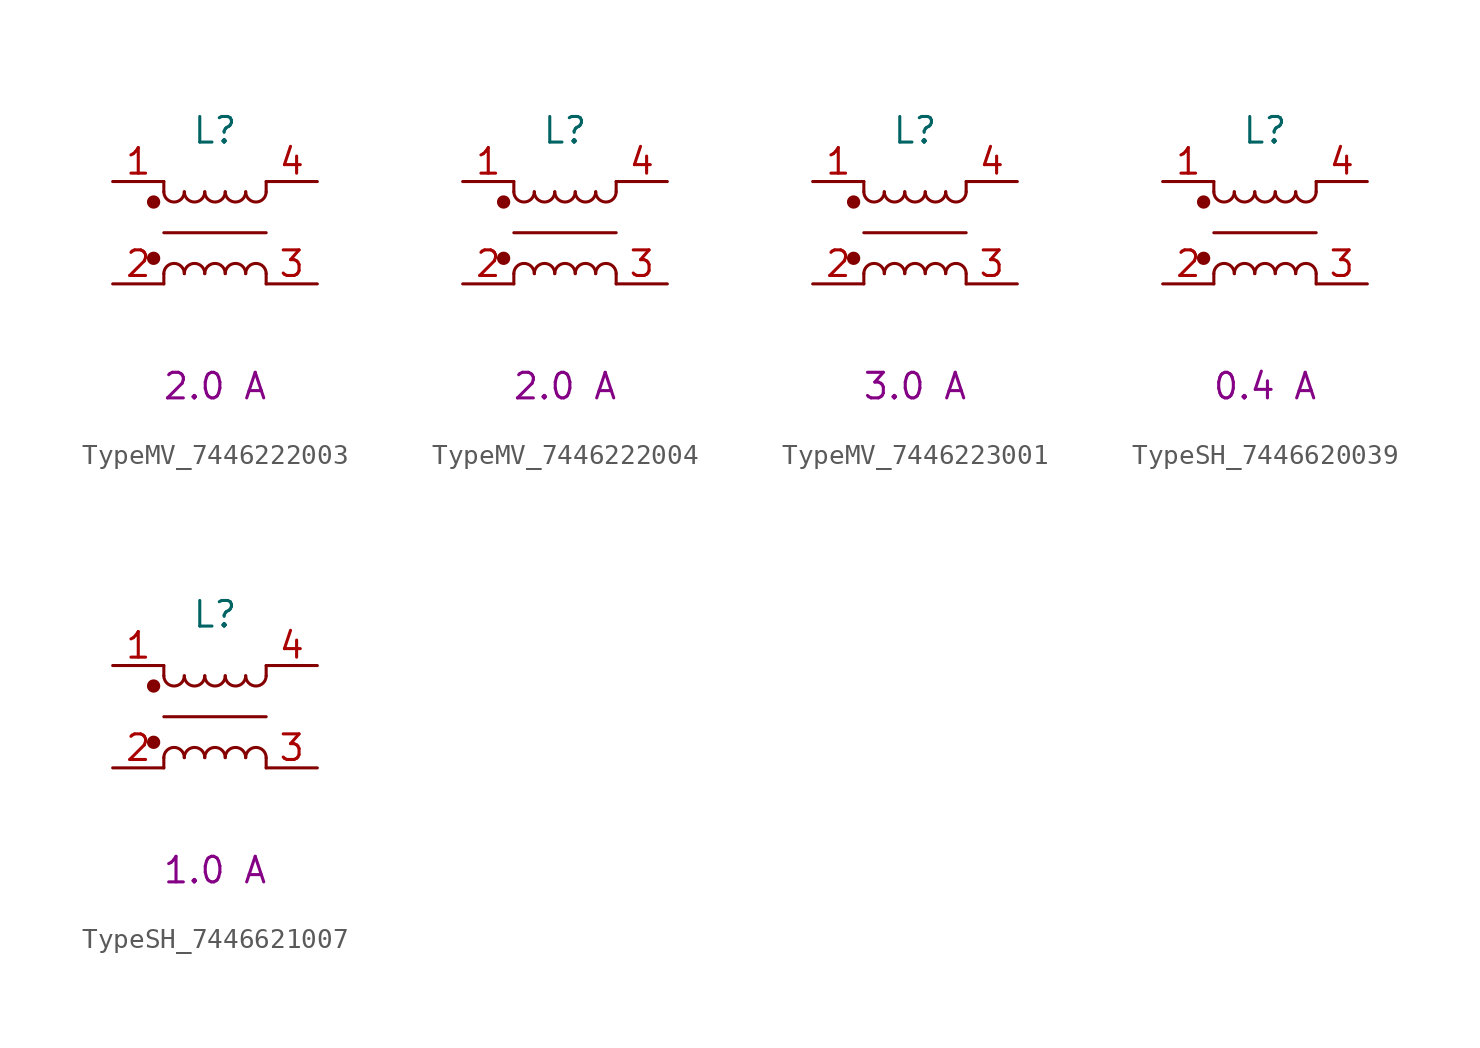
<source format=kicad_sym>
(kicad_symbol_lib
  (version 20220914)
  (generator kicad_symbol_editor)
  (symbol "TypeMV_7446222003"
    (pin_names hide)
    (property "Reference" "L"
      (at 0 5.08 0)
      (effects (font (size 1.27 1.27))))
    (property "Critical Parameter" "2.0 A"
      (at 0 -7.62 0)
      (effects (font (size 1.27 1.27))))
    (symbol "TypeMV_7446222003_0_1"
      (circle (center -3.048 -1.27) (radius 0.254) (stroke (width 0) (type default)) (fill (type outline)))
      (circle (center -3.048 1.524) (radius 0.254) (stroke (width 0) (type default)) (fill (type outline)))
      (arc (start -2.54 2.032) (mid -2.032 1.5262) (end -1.524 2.032) (stroke (width 0) (type default)) (fill (type none)))
      (arc (start -1.524 -2.032) (mid -2.032 -1.5262) (end -2.54 -2.032) (stroke (width 0) (type default)) (fill (type none)))
      (arc (start -1.524 2.032) (mid -1.016 1.5262) (end -0.508 2.032) (stroke (width 0) (type default)) (fill (type none)))
      (arc (start -0.508 -2.032) (mid -1.016 -1.5262) (end -1.524 -2.032) (stroke (width 0) (type default)) (fill (type none)))
      (arc (start -0.508 2.032) (mid 0 1.5262) (end 0.508 2.032) (stroke (width 0) (type default)) (fill (type none)))
      (polyline (pts (xy -2.54 -2.032) (xy -2.54 -2.54)) (stroke (width 0) (type default)) (fill (type none)))
      (polyline (pts (xy -2.54 2.032) (xy -2.54 2.54)) (stroke (width 0) (type default)) (fill (type none)))
      (polyline (pts (xy 2.54 -2.032) (xy 2.54 -2.54)) (stroke (width 0) (type default)) (fill (type none)))
      (polyline (pts (xy 2.54 0) (xy -2.54 0)) (stroke (width 0) (type default)) (fill (type none)))
      (polyline (pts (xy 2.54 2.54) (xy 2.54 2.032)) (stroke (width 0) (type default)) (fill (type none)))
      (arc (start 0.508 -2.032) (mid 0 -1.5262) (end -0.508 -2.032) (stroke (width 0) (type default)) (fill (type none)))
      (arc (start 0.508 2.032) (mid 1.016 1.5262) (end 1.524 2.032) (stroke (width 0) (type default)) (fill (type none)))
      (arc (start 1.524 -2.032) (mid 1.016 -1.5262) (end 0.508 -2.032) (stroke (width 0) (type default)) (fill (type none)))
      (arc (start 1.524 2.032) (mid 2.032 1.5262) (end 2.54 2.032) (stroke (width 0) (type default)) (fill (type none)))
      (arc (start 2.54 -2.032) (mid 2.032 -1.5262) (end 1.524 -2.032) (stroke (width 0) (type default)) (fill (type none))))
    (symbol "TypeMV_7446222003_1_1"
      (pin passive line (at -5.08 2.54 0) (length 2.54) (name "1" (effects (font (size 1.27 1.27)))) (number "1" (effects (font (size 1.27 1.27)))))
      (pin passive line (at -5.08 -2.54 0) (length 2.54) (name "2" (effects (font (size 1.27 1.27)))) (number "2" (effects (font (size 1.27 1.27)))))
      (pin passive line (at 5.08 -2.54 180) (length 2.54) (name "3" (effects (font (size 1.27 1.27)))) (number "3" (effects (font (size 1.27 1.27)))))
      (pin passive line (at 5.08 2.54 180) (length 2.54) (name "4" (effects (font (size 1.27 1.27)))) (number "4" (effects (font (size 1.27 1.27)))))))
  (symbol "TypeMV_7446222004"
    (pin_names hide)
    (property "Reference" "L"
      (at 0 5.08 0)
      (effects (font (size 1.27 1.27))))
    (property "Critical Parameter" "2.0 A"
      (at 0 -7.62 0)
      (effects (font (size 1.27 1.27))))
    (symbol "TypeMV_7446222004_0_1"
      (circle (center -3.048 -1.27) (radius 0.254) (stroke (width 0) (type default)) (fill (type outline)))
      (circle (center -3.048 1.524) (radius 0.254) (stroke (width 0) (type default)) (fill (type outline)))
      (arc (start -2.54 2.032) (mid -2.032 1.5262) (end -1.524 2.032) (stroke (width 0) (type default)) (fill (type none)))
      (arc (start -1.524 -2.032) (mid -2.032 -1.5262) (end -2.54 -2.032) (stroke (width 0) (type default)) (fill (type none)))
      (arc (start -1.524 2.032) (mid -1.016 1.5262) (end -0.508 2.032) (stroke (width 0) (type default)) (fill (type none)))
      (arc (start -0.508 -2.032) (mid -1.016 -1.5262) (end -1.524 -2.032) (stroke (width 0) (type default)) (fill (type none)))
      (arc (start -0.508 2.032) (mid 0 1.5262) (end 0.508 2.032) (stroke (width 0) (type default)) (fill (type none)))
      (polyline (pts (xy -2.54 -2.032) (xy -2.54 -2.54)) (stroke (width 0) (type default)) (fill (type none)))
      (polyline (pts (xy -2.54 2.032) (xy -2.54 2.54)) (stroke (width 0) (type default)) (fill (type none)))
      (polyline (pts (xy 2.54 -2.032) (xy 2.54 -2.54)) (stroke (width 0) (type default)) (fill (type none)))
      (polyline (pts (xy 2.54 0) (xy -2.54 0)) (stroke (width 0) (type default)) (fill (type none)))
      (polyline (pts (xy 2.54 2.54) (xy 2.54 2.032)) (stroke (width 0) (type default)) (fill (type none)))
      (arc (start 0.508 -2.032) (mid 0 -1.5262) (end -0.508 -2.032) (stroke (width 0) (type default)) (fill (type none)))
      (arc (start 0.508 2.032) (mid 1.016 1.5262) (end 1.524 2.032) (stroke (width 0) (type default)) (fill (type none)))
      (arc (start 1.524 -2.032) (mid 1.016 -1.5262) (end 0.508 -2.032) (stroke (width 0) (type default)) (fill (type none)))
      (arc (start 1.524 2.032) (mid 2.032 1.5262) (end 2.54 2.032) (stroke (width 0) (type default)) (fill (type none)))
      (arc (start 2.54 -2.032) (mid 2.032 -1.5262) (end 1.524 -2.032) (stroke (width 0) (type default)) (fill (type none))))
    (symbol "TypeMV_7446222004_1_1"
      (pin passive line (at -5.08 2.54 0) (length 2.54) (name "1" (effects (font (size 1.27 1.27)))) (number "1" (effects (font (size 1.27 1.27)))))
      (pin passive line (at -5.08 -2.54 0) (length 2.54) (name "2" (effects (font (size 1.27 1.27)))) (number "2" (effects (font (size 1.27 1.27)))))
      (pin passive line (at 5.08 -2.54 180) (length 2.54) (name "3" (effects (font (size 1.27 1.27)))) (number "3" (effects (font (size 1.27 1.27)))))
      (pin passive line (at 5.08 2.54 180) (length 2.54) (name "4" (effects (font (size 1.27 1.27)))) (number "4" (effects (font (size 1.27 1.27)))))))
  (symbol "TypeMV_7446223001"
    (pin_names hide)
    (property "Reference" "L"
      (at 0 5.08 0)
      (effects (font (size 1.27 1.27))))
    (property "Critical Parameter" "3.0 A"
      (at 0 -7.62 0)
      (effects (font (size 1.27 1.27))))
    (symbol "TypeMV_7446223001_0_1"
      (circle (center -3.048 -1.27) (radius 0.254) (stroke (width 0) (type default)) (fill (type outline)))
      (circle (center -3.048 1.524) (radius 0.254) (stroke (width 0) (type default)) (fill (type outline)))
      (arc (start -2.54 2.032) (mid -2.032 1.5262) (end -1.524 2.032) (stroke (width 0) (type default)) (fill (type none)))
      (arc (start -1.524 -2.032) (mid -2.032 -1.5262) (end -2.54 -2.032) (stroke (width 0) (type default)) (fill (type none)))
      (arc (start -1.524 2.032) (mid -1.016 1.5262) (end -0.508 2.032) (stroke (width 0) (type default)) (fill (type none)))
      (arc (start -0.508 -2.032) (mid -1.016 -1.5262) (end -1.524 -2.032) (stroke (width 0) (type default)) (fill (type none)))
      (arc (start -0.508 2.032) (mid 0 1.5262) (end 0.508 2.032) (stroke (width 0) (type default)) (fill (type none)))
      (polyline (pts (xy -2.54 -2.032) (xy -2.54 -2.54)) (stroke (width 0) (type default)) (fill (type none)))
      (polyline (pts (xy -2.54 2.032) (xy -2.54 2.54)) (stroke (width 0) (type default)) (fill (type none)))
      (polyline (pts (xy 2.54 -2.032) (xy 2.54 -2.54)) (stroke (width 0) (type default)) (fill (type none)))
      (polyline (pts (xy 2.54 0) (xy -2.54 0)) (stroke (width 0) (type default)) (fill (type none)))
      (polyline (pts (xy 2.54 2.54) (xy 2.54 2.032)) (stroke (width 0) (type default)) (fill (type none)))
      (arc (start 0.508 -2.032) (mid 0 -1.5262) (end -0.508 -2.032) (stroke (width 0) (type default)) (fill (type none)))
      (arc (start 0.508 2.032) (mid 1.016 1.5262) (end 1.524 2.032) (stroke (width 0) (type default)) (fill (type none)))
      (arc (start 1.524 -2.032) (mid 1.016 -1.5262) (end 0.508 -2.032) (stroke (width 0) (type default)) (fill (type none)))
      (arc (start 1.524 2.032) (mid 2.032 1.5262) (end 2.54 2.032) (stroke (width 0) (type default)) (fill (type none)))
      (arc (start 2.54 -2.032) (mid 2.032 -1.5262) (end 1.524 -2.032) (stroke (width 0) (type default)) (fill (type none))))
    (symbol "TypeMV_7446223001_1_1"
      (pin passive line (at -5.08 2.54 0) (length 2.54) (name "1" (effects (font (size 1.27 1.27)))) (number "1" (effects (font (size 1.27 1.27)))))
      (pin passive line (at -5.08 -2.54 0) (length 2.54) (name "2" (effects (font (size 1.27 1.27)))) (number "2" (effects (font (size 1.27 1.27)))))
      (pin passive line (at 5.08 -2.54 180) (length 2.54) (name "3" (effects (font (size 1.27 1.27)))) (number "3" (effects (font (size 1.27 1.27)))))
      (pin passive line (at 5.08 2.54 180) (length 2.54) (name "4" (effects (font (size 1.27 1.27)))) (number "4" (effects (font (size 1.27 1.27)))))))
  (symbol "TypeSH_7446620039"
    (pin_names hide)
    (property "Reference" "L"
      (at 0 5.08 0)
      (effects (font (size 1.27 1.27))))
    (property "Critical Parameter" "0.4 A"
      (at 0 -7.62 0)
      (effects (font (size 1.27 1.27))))
    (symbol "TypeSH_7446620039_0_1"
      (circle (center -3.048 -1.27) (radius 0.254) (stroke (width 0) (type default)) (fill (type outline)))
      (circle (center -3.048 1.524) (radius 0.254) (stroke (width 0) (type default)) (fill (type outline)))
      (arc (start -2.54 2.032) (mid -2.032 1.5262) (end -1.524 2.032) (stroke (width 0) (type default)) (fill (type none)))
      (arc (start -1.524 -2.032) (mid -2.032 -1.5262) (end -2.54 -2.032) (stroke (width 0) (type default)) (fill (type none)))
      (arc (start -1.524 2.032) (mid -1.016 1.5262) (end -0.508 2.032) (stroke (width 0) (type default)) (fill (type none)))
      (arc (start -0.508 -2.032) (mid -1.016 -1.5262) (end -1.524 -2.032) (stroke (width 0) (type default)) (fill (type none)))
      (arc (start -0.508 2.032) (mid 0 1.5262) (end 0.508 2.032) (stroke (width 0) (type default)) (fill (type none)))
      (polyline (pts (xy -2.54 -2.032) (xy -2.54 -2.54)) (stroke (width 0) (type default)) (fill (type none)))
      (polyline (pts (xy -2.54 2.032) (xy -2.54 2.54)) (stroke (width 0) (type default)) (fill (type none)))
      (polyline (pts (xy 2.54 -2.032) (xy 2.54 -2.54)) (stroke (width 0) (type default)) (fill (type none)))
      (polyline (pts (xy 2.54 0) (xy -2.54 0)) (stroke (width 0) (type default)) (fill (type none)))
      (polyline (pts (xy 2.54 2.54) (xy 2.54 2.032)) (stroke (width 0) (type default)) (fill (type none)))
      (arc (start 0.508 -2.032) (mid 0 -1.5262) (end -0.508 -2.032) (stroke (width 0) (type default)) (fill (type none)))
      (arc (start 0.508 2.032) (mid 1.016 1.5262) (end 1.524 2.032) (stroke (width 0) (type default)) (fill (type none)))
      (arc (start 1.524 -2.032) (mid 1.016 -1.5262) (end 0.508 -2.032) (stroke (width 0) (type default)) (fill (type none)))
      (arc (start 1.524 2.032) (mid 2.032 1.5262) (end 2.54 2.032) (stroke (width 0) (type default)) (fill (type none)))
      (arc (start 2.54 -2.032) (mid 2.032 -1.5262) (end 1.524 -2.032) (stroke (width 0) (type default)) (fill (type none))))
    (symbol "TypeSH_7446620039_1_1"
      (pin passive line (at -5.08 2.54 0) (length 2.54) (name "1" (effects (font (size 1.27 1.27)))) (number "1" (effects (font (size 1.27 1.27)))))
      (pin passive line (at -5.08 -2.54 0) (length 2.54) (name "2" (effects (font (size 1.27 1.27)))) (number "2" (effects (font (size 1.27 1.27)))))
      (pin passive line (at 5.08 -2.54 180) (length 2.54) (name "3" (effects (font (size 1.27 1.27)))) (number "3" (effects (font (size 1.27 1.27)))))
      (pin passive line (at 5.08 2.54 180) (length 2.54) (name "4" (effects (font (size 1.27 1.27)))) (number "4" (effects (font (size 1.27 1.27)))))))
  (symbol "TypeSH_7446621007"
    (pin_names hide)
    (property "Reference" "L"
      (at 0 5.08 0)
      (effects (font (size 1.27 1.27))))
    (property "Critical Parameter" "1.0 A"
      (at 0 -7.62 0)
      (effects (font (size 1.27 1.27))))
    (symbol "TypeSH_7446621007_0_1"
      (circle (center -3.048 -1.27) (radius 0.254) (stroke (width 0) (type default)) (fill (type outline)))
      (circle (center -3.048 1.524) (radius 0.254) (stroke (width 0) (type default)) (fill (type outline)))
      (arc (start -2.54 2.032) (mid -2.032 1.5262) (end -1.524 2.032) (stroke (width 0) (type default)) (fill (type none)))
      (arc (start -1.524 -2.032) (mid -2.032 -1.5262) (end -2.54 -2.032) (stroke (width 0) (type default)) (fill (type none)))
      (arc (start -1.524 2.032) (mid -1.016 1.5262) (end -0.508 2.032) (stroke (width 0) (type default)) (fill (type none)))
      (arc (start -0.508 -2.032) (mid -1.016 -1.5262) (end -1.524 -2.032) (stroke (width 0) (type default)) (fill (type none)))
      (arc (start -0.508 2.032) (mid 0 1.5262) (end 0.508 2.032) (stroke (width 0) (type default)) (fill (type none)))
      (polyline (pts (xy -2.54 -2.032) (xy -2.54 -2.54)) (stroke (width 0) (type default)) (fill (type none)))
      (polyline (pts (xy -2.54 2.032) (xy -2.54 2.54)) (stroke (width 0) (type default)) (fill (type none)))
      (polyline (pts (xy 2.54 -2.032) (xy 2.54 -2.54)) (stroke (width 0) (type default)) (fill (type none)))
      (polyline (pts (xy 2.54 0) (xy -2.54 0)) (stroke (width 0) (type default)) (fill (type none)))
      (polyline (pts (xy 2.54 2.54) (xy 2.54 2.032)) (stroke (width 0) (type default)) (fill (type none)))
      (arc (start 0.508 -2.032) (mid 0 -1.5262) (end -0.508 -2.032) (stroke (width 0) (type default)) (fill (type none)))
      (arc (start 0.508 2.032) (mid 1.016 1.5262) (end 1.524 2.032) (stroke (width 0) (type default)) (fill (type none)))
      (arc (start 1.524 -2.032) (mid 1.016 -1.5262) (end 0.508 -2.032) (stroke (width 0) (type default)) (fill (type none)))
      (arc (start 1.524 2.032) (mid 2.032 1.5262) (end 2.54 2.032) (stroke (width 0) (type default)) (fill (type none)))
      (arc (start 2.54 -2.032) (mid 2.032 -1.5262) (end 1.524 -2.032) (stroke (width 0) (type default)) (fill (type none))))
    (symbol "TypeSH_7446621007_1_1"
      (pin passive line (at -5.08 2.54 0) (length 2.54) (name "1" (effects (font (size 1.27 1.27)))) (number "1" (effects (font (size 1.27 1.27)))))
      (pin passive line (at -5.08 -2.54 0) (length 2.54) (name "2" (effects (font (size 1.27 1.27)))) (number "2" (effects (font (size 1.27 1.27)))))
      (pin passive line (at 5.08 -2.54 180) (length 2.54) (name "3" (effects (font (size 1.27 1.27)))) (number "3" (effects (font (size 1.27 1.27)))))
      (pin passive line (at 5.08 2.54 180) (length 2.54) (name "4" (effects (font (size 1.27 1.27)))) (number "4" (effects (font (size 1.27 1.27))))))))
</source>
